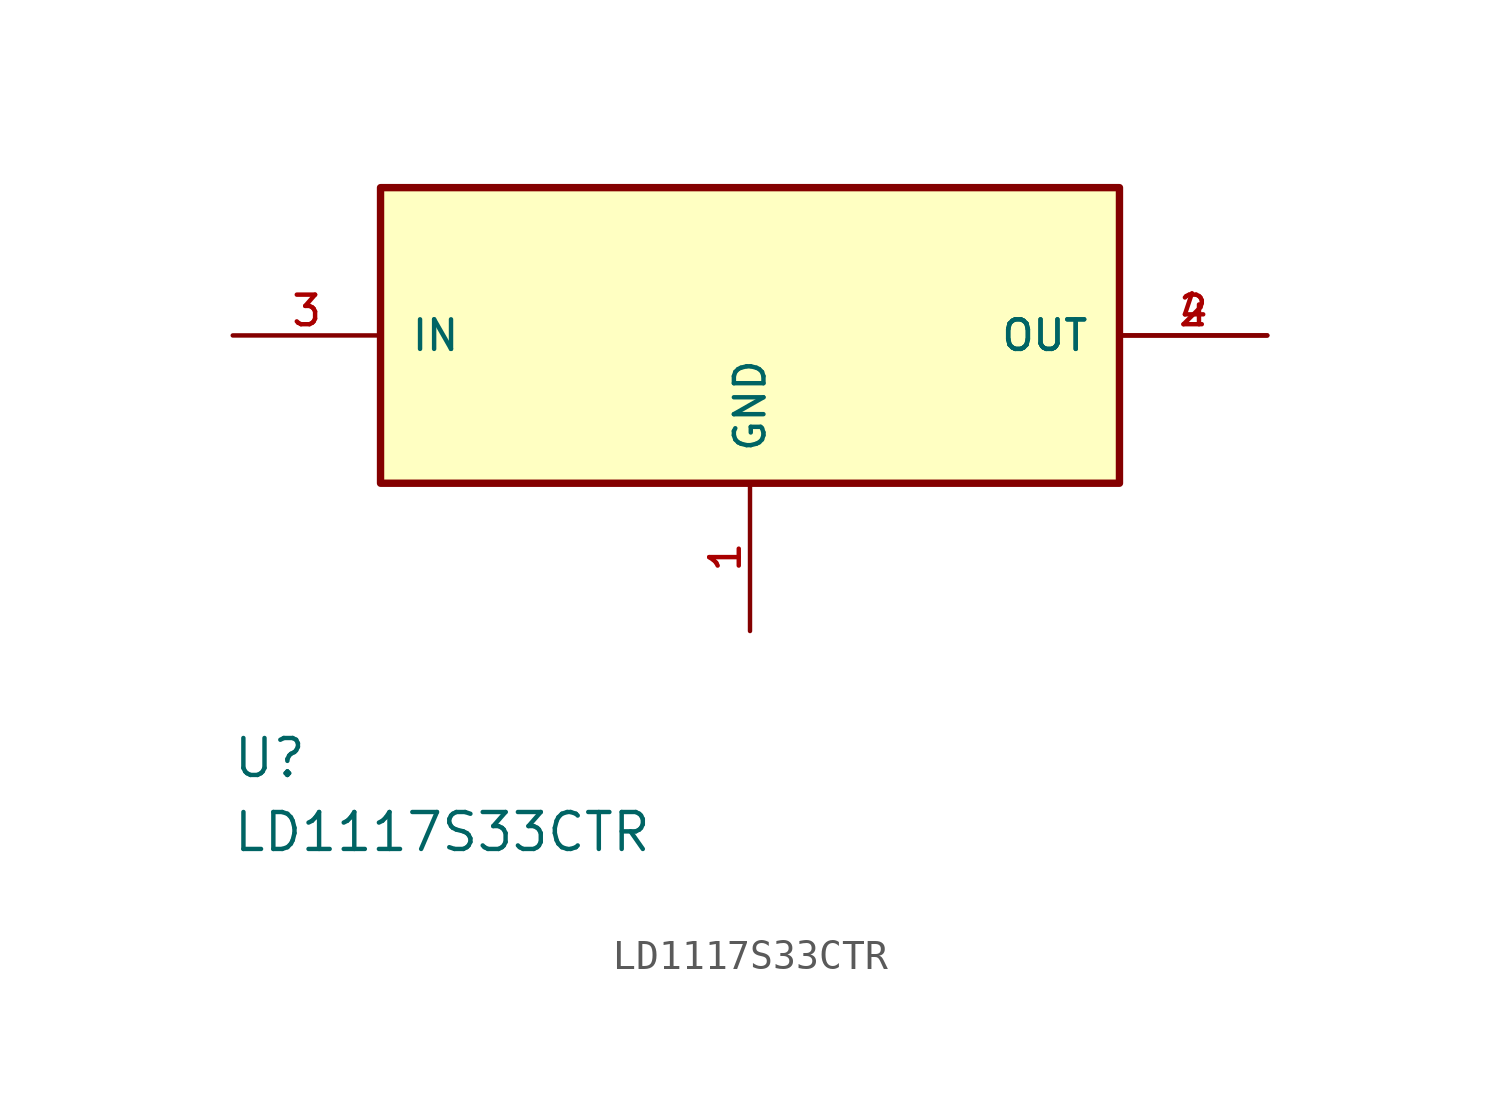
<source format=kicad_sym>
(kicad_symbol_lib
  (version 20211014)
  (generator kicad_symbol_editor)
  (symbol "LD1117S33CTR"
    (pin_names
      (offset 1.016))
    (property "Reference" "U"
      (at -17.817 -15.271 0)
      (effects (font (size 1.27 1.27)) (justify bottom left)))
    (property "Value" "LD1117S33CTR"
      (at -17.815 -17.815 0)
      (effects (font (size 1.27 1.27)) (justify bottom left)))
    (symbol "LD1117S33CTR_0_0"
      (rectangle (start -12.7 -5.08) (end 12.7 5.08) (stroke (width 0.254)) (fill (type background)))
      (pin input line (at -17.78 0.0 0) (length 5.08) (name "IN" (effects (font (size 1.016 1.016)))) (number "3" (effects (font (size 1.016 1.016)))))
      (pin output line (at 17.78 0.0 180.0) (length 5.08) (name "OUT" (effects (font (size 1.016 1.016)))) (number "2" (effects (font (size 1.016 1.016)))))
      (pin output line (at 17.78 0.0 180.0) (length 5.08) (name "OUT" (effects (font (size 1.016 1.016)))) (number "4" (effects (font (size 1.016 1.016)))))
      (pin passive line (at 0.0 -10.16 90.0) (length 5.08) (name "GND" (effects (font (size 1.016 1.016)))) (number "1" (effects (font (size 1.016 1.016))))))))
</source>
